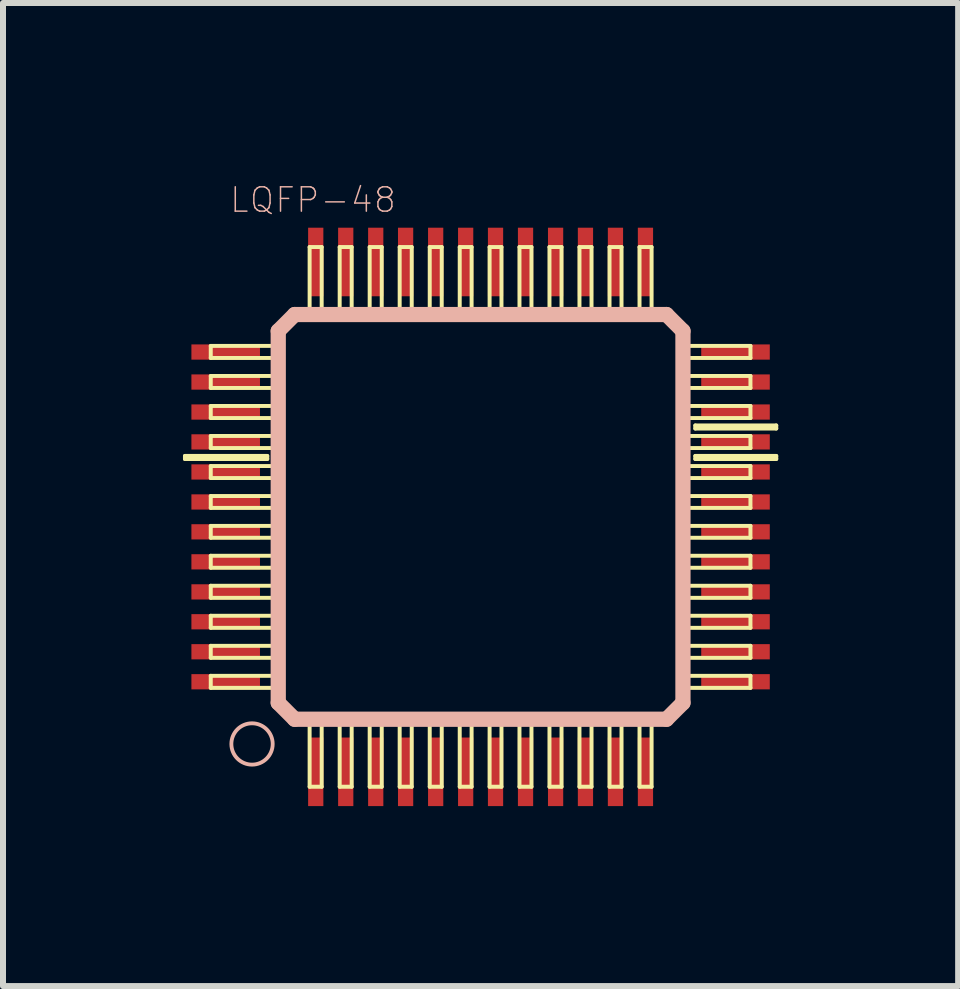
<source format=kicad_pcb>
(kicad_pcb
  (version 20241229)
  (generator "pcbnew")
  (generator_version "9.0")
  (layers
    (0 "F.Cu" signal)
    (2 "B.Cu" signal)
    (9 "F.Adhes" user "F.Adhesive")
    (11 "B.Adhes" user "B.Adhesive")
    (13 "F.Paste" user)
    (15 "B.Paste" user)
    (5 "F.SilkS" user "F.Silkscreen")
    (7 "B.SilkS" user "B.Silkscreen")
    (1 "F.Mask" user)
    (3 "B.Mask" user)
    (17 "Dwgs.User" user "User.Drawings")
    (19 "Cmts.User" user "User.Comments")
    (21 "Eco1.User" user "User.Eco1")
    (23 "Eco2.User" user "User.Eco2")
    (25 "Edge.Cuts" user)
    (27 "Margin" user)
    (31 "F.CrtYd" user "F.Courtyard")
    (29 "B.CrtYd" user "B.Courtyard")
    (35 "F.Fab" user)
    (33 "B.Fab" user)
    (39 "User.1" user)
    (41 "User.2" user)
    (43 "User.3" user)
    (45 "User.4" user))
  (footprint "LQFP-48"
    (layer "F.Cu")
    (at 4.961 5.566)
    (property "Reference" "LQFP-48" (at -2.794 -5.283 0) (layer "B.SilkS") (effects (font (size 0.406 0.406) (thickness 0.025))))
    (attr smd)
    (fp_line (start -4.928 -1.016) (end -3.556 -1.016) (stroke (width 0.066) (type solid)) (layer "F.SilkS"))
    (fp_line (start -4.928 -0.965) (end -4.928 -1.016) (stroke (width 0.066) (type solid)) (layer "F.SilkS"))
    (fp_line (start -4.928 -0.965) (end -3.556 -0.965) (stroke (width 0.066) (type solid)) (layer "F.SilkS"))
    (fp_line (start -4.498 -2.85) (end -3.449 -2.85) (stroke (width 0.066) (type solid)) (layer "F.SilkS"))
    (fp_line (start -4.498 -2.649) (end -4.498 -2.85) (stroke (width 0.066) (type solid)) (layer "F.SilkS"))
    (fp_line (start -4.498 -2.649) (end -3.449 -2.649) (stroke (width 0.066) (type solid)) (layer "F.SilkS"))
    (fp_line (start -4.498 -2.349) (end -3.449 -2.349) (stroke (width 0.066) (type solid)) (layer "F.SilkS"))
    (fp_line (start -4.498 -2.149) (end -4.498 -2.349) (stroke (width 0.066) (type solid)) (layer "F.SilkS"))
    (fp_line (start -4.498 -2.149) (end -3.449 -2.149) (stroke (width 0.066) (type solid)) (layer "F.SilkS"))
    (fp_line (start -4.498 -1.849) (end -3.449 -1.849) (stroke (width 0.066) (type solid)) (layer "F.SilkS"))
    (fp_line (start -4.498 -1.648) (end -4.498 -1.849) (stroke (width 0.066) (type solid)) (layer "F.SilkS"))
    (fp_line (start -4.498 -1.648) (end -3.449 -1.648) (stroke (width 0.066) (type solid)) (layer "F.SilkS"))
    (fp_line (start -4.498 -1.349) (end -3.449 -1.349) (stroke (width 0.066) (type solid)) (layer "F.SilkS"))
    (fp_line (start -4.498 -1.148) (end -4.498 -1.349) (stroke (width 0.066) (type solid)) (layer "F.SilkS"))
    (fp_line (start -4.498 -1.148) (end -3.449 -1.148) (stroke (width 0.066) (type solid)) (layer "F.SilkS"))
    (fp_line (start -4.498 -0.848) (end -3.449 -0.848) (stroke (width 0.066) (type solid)) (layer "F.SilkS"))
    (fp_line (start -4.498 -0.648) (end -4.498 -0.848) (stroke (width 0.066) (type solid)) (layer "F.SilkS"))
    (fp_line (start -4.498 -0.648) (end -3.449 -0.648) (stroke (width 0.066) (type solid)) (layer "F.SilkS"))
    (fp_line (start -4.498 -0.348) (end -3.449 -0.348) (stroke (width 0.066) (type solid)) (layer "F.SilkS"))
    (fp_line (start -4.498 -0.15) (end -4.498 -0.348) (stroke (width 0.066) (type solid)) (layer "F.SilkS"))
    (fp_line (start -4.498 -0.15) (end -3.449 -0.15) (stroke (width 0.066) (type solid)) (layer "F.SilkS"))
    (fp_line (start -4.498 0.15) (end -3.449 0.15) (stroke (width 0.066) (type solid)) (layer "F.SilkS"))
    (fp_line (start -4.498 0.348) (end -4.498 0.15) (stroke (width 0.066) (type solid)) (layer "F.SilkS"))
    (fp_line (start -4.498 0.348) (end -3.449 0.348) (stroke (width 0.066) (type solid)) (layer "F.SilkS"))
    (fp_line (start -4.498 0.648) (end -3.449 0.648) (stroke (width 0.066) (type solid)) (layer "F.SilkS"))
    (fp_line (start -4.498 0.848) (end -4.498 0.648) (stroke (width 0.066) (type solid)) (layer "F.SilkS"))
    (fp_line (start -4.498 0.848) (end -3.449 0.848) (stroke (width 0.066) (type solid)) (layer "F.SilkS"))
    (fp_line (start -4.498 1.148) (end -3.449 1.148) (stroke (width 0.066) (type solid)) (layer "F.SilkS"))
    (fp_line (start -4.498 1.349) (end -4.498 1.148) (stroke (width 0.066) (type solid)) (layer "F.SilkS"))
    (fp_line (start -4.498 1.349) (end -3.449 1.349) (stroke (width 0.066) (type solid)) (layer "F.SilkS"))
    (fp_line (start -4.498 1.648) (end -3.449 1.648) (stroke (width 0.066) (type solid)) (layer "F.SilkS"))
    (fp_line (start -4.498 1.849) (end -4.498 1.648) (stroke (width 0.066) (type solid)) (layer "F.SilkS"))
    (fp_line (start -4.498 1.849) (end -3.449 1.849) (stroke (width 0.066) (type solid)) (layer "F.SilkS"))
    (fp_line (start -4.498 2.149) (end -3.449 2.149) (stroke (width 0.066) (type solid)) (layer "F.SilkS"))
    (fp_line (start -4.498 2.349) (end -4.498 2.149) (stroke (width 0.066) (type solid)) (layer "F.SilkS"))
    (fp_line (start -4.498 2.349) (end -3.449 2.349) (stroke (width 0.066) (type solid)) (layer "F.SilkS"))
    (fp_line (start -4.498 2.649) (end -3.449 2.649) (stroke (width 0.066) (type solid)) (layer "F.SilkS"))
    (fp_line (start -4.498 2.85) (end -4.498 2.649) (stroke (width 0.066) (type solid)) (layer "F.SilkS"))
    (fp_line (start -4.498 2.85) (end -3.449 2.85) (stroke (width 0.066) (type solid)) (layer "F.SilkS"))
    (fp_line (start -3.556 -0.965) (end -3.556 -1.016) (stroke (width 0.066) (type solid)) (layer "F.SilkS"))
    (fp_line (start -3.449 -2.649) (end -3.449 -2.85) (stroke (width 0.066) (type solid)) (layer "F.SilkS"))
    (fp_line (start -3.449 -2.149) (end -3.449 -2.349) (stroke (width 0.066) (type solid)) (layer "F.SilkS"))
    (fp_line (start -3.449 -1.648) (end -3.449 -1.849) (stroke (width 0.066) (type solid)) (layer "F.SilkS"))
    (fp_line (start -3.449 -1.148) (end -3.449 -1.349) (stroke (width 0.066) (type solid)) (layer "F.SilkS"))
    (fp_line (start -3.449 -0.648) (end -3.449 -0.848) (stroke (width 0.066) (type solid)) (layer "F.SilkS"))
    (fp_line (start -3.449 -0.15) (end -3.449 -0.348) (stroke (width 0.066) (type solid)) (layer "F.SilkS"))
    (fp_line (start -3.449 0.348) (end -3.449 0.15) (stroke (width 0.066) (type solid)) (layer "F.SilkS"))
    (fp_line (start -3.449 0.848) (end -3.449 0.648) (stroke (width 0.066) (type solid)) (layer "F.SilkS"))
    (fp_line (start -3.449 1.349) (end -3.449 1.148) (stroke (width 0.066) (type solid)) (layer "F.SilkS"))
    (fp_line (start -3.449 1.849) (end -3.449 1.648) (stroke (width 0.066) (type solid)) (layer "F.SilkS"))
    (fp_line (start -3.449 2.349) (end -3.449 2.149) (stroke (width 0.066) (type solid)) (layer "F.SilkS"))
    (fp_line (start -3.449 2.85) (end -3.449 2.649) (stroke (width 0.066) (type solid)) (layer "F.SilkS"))
    (fp_line (start -2.85 -4.498) (end -2.649 -4.498) (stroke (width 0.066) (type solid)) (layer "F.SilkS"))
    (fp_line (start -2.85 -3.449) (end -2.85 -4.498) (stroke (width 0.066) (type solid)) (layer "F.SilkS"))
    (fp_line (start -2.85 -3.449) (end -2.649 -3.449) (stroke (width 0.066) (type solid)) (layer "F.SilkS"))
    (fp_line (start -2.85 3.449) (end -2.649 3.449) (stroke (width 0.066) (type solid)) (layer "F.SilkS"))
    (fp_line (start -2.85 4.498) (end -2.85 3.449) (stroke (width 0.066) (type solid)) (layer "F.SilkS"))
    (fp_line (start -2.85 4.498) (end -2.649 4.498) (stroke (width 0.066) (type solid)) (layer "F.SilkS"))
    (fp_line (start -2.649 -3.449) (end -2.649 -4.498) (stroke (width 0.066) (type solid)) (layer "F.SilkS"))
    (fp_line (start -2.649 4.498) (end -2.649 3.449) (stroke (width 0.066) (type solid)) (layer "F.SilkS"))
    (fp_line (start -2.349 -4.498) (end -2.149 -4.498) (stroke (width 0.066) (type solid)) (layer "F.SilkS"))
    (fp_line (start -2.349 -3.449) (end -2.349 -4.498) (stroke (width 0.066) (type solid)) (layer "F.SilkS"))
    (fp_line (start -2.349 -3.449) (end -2.149 -3.449) (stroke (width 0.066) (type solid)) (layer "F.SilkS"))
    (fp_line (start -2.349 3.449) (end -2.149 3.449) (stroke (width 0.066) (type solid)) (layer "F.SilkS"))
    (fp_line (start -2.349 4.498) (end -2.349 3.449) (stroke (width 0.066) (type solid)) (layer "F.SilkS"))
    (fp_line (start -2.349 4.498) (end -2.149 4.498) (stroke (width 0.066) (type solid)) (layer "F.SilkS"))
    (fp_line (start -2.149 -3.449) (end -2.149 -4.498) (stroke (width 0.066) (type solid)) (layer "F.SilkS"))
    (fp_line (start -2.149 4.498) (end -2.149 3.449) (stroke (width 0.066) (type solid)) (layer "F.SilkS"))
    (fp_line (start -1.849 -4.498) (end -1.648 -4.498) (stroke (width 0.066) (type solid)) (layer "F.SilkS"))
    (fp_line (start -1.849 -3.449) (end -1.849 -4.498) (stroke (width 0.066) (type solid)) (layer "F.SilkS"))
    (fp_line (start -1.849 -3.449) (end -1.648 -3.449) (stroke (width 0.066) (type solid)) (layer "F.SilkS"))
    (fp_line (start -1.849 3.449) (end -1.648 3.449) (stroke (width 0.066) (type solid)) (layer "F.SilkS"))
    (fp_line (start -1.849 4.498) (end -1.849 3.449) (stroke (width 0.066) (type solid)) (layer "F.SilkS"))
    (fp_line (start -1.849 4.498) (end -1.648 4.498) (stroke (width 0.066) (type solid)) (layer "F.SilkS"))
    (fp_line (start -1.648 -3.449) (end -1.648 -4.498) (stroke (width 0.066) (type solid)) (layer "F.SilkS"))
    (fp_line (start -1.648 4.498) (end -1.648 3.449) (stroke (width 0.066) (type solid)) (layer "F.SilkS"))
    (fp_line (start -1.349 -4.498) (end -1.148 -4.498) (stroke (width 0.066) (type solid)) (layer "F.SilkS"))
    (fp_line (start -1.349 -3.449) (end -1.349 -4.498) (stroke (width 0.066) (type solid)) (layer "F.SilkS"))
    (fp_line (start -1.349 -3.449) (end -1.148 -3.449) (stroke (width 0.066) (type solid)) (layer "F.SilkS"))
    (fp_line (start -1.349 3.449) (end -1.148 3.449) (stroke (width 0.066) (type solid)) (layer "F.SilkS"))
    (fp_line (start -1.349 4.498) (end -1.349 3.449) (stroke (width 0.066) (type solid)) (layer "F.SilkS"))
    (fp_line (start -1.349 4.498) (end -1.148 4.498) (stroke (width 0.066) (type solid)) (layer "F.SilkS"))
    (fp_line (start -1.148 -3.449) (end -1.148 -4.498) (stroke (width 0.066) (type solid)) (layer "F.SilkS"))
    (fp_line (start -1.148 4.498) (end -1.148 3.449) (stroke (width 0.066) (type solid)) (layer "F.SilkS"))
    (fp_line (start -0.848 -4.498) (end -0.648 -4.498) (stroke (width 0.066) (type solid)) (layer "F.SilkS"))
    (fp_line (start -0.848 -3.449) (end -0.848 -4.498) (stroke (width 0.066) (type solid)) (layer "F.SilkS"))
    (fp_line (start -0.848 -3.449) (end -0.648 -3.449) (stroke (width 0.066) (type solid)) (layer "F.SilkS"))
    (fp_line (start -0.848 3.449) (end -0.648 3.449) (stroke (width 0.066) (type solid)) (layer "F.SilkS"))
    (fp_line (start -0.848 4.498) (end -0.848 3.449) (stroke (width 0.066) (type solid)) (layer "F.SilkS"))
    (fp_line (start -0.848 4.498) (end -0.648 4.498) (stroke (width 0.066) (type solid)) (layer "F.SilkS"))
    (fp_line (start -0.648 -3.449) (end -0.648 -4.498) (stroke (width 0.066) (type solid)) (layer "F.SilkS"))
    (fp_line (start -0.648 4.498) (end -0.648 3.449) (stroke (width 0.066) (type solid)) (layer "F.SilkS"))
    (fp_line (start -0.348 -4.498) (end -0.15 -4.498) (stroke (width 0.066) (type solid)) (layer "F.SilkS"))
    (fp_line (start -0.348 -3.449) (end -0.348 -4.498) (stroke (width 0.066) (type solid)) (layer "F.SilkS"))
    (fp_line (start -0.348 -3.449) (end -0.15 -3.449) (stroke (width 0.066) (type solid)) (layer "F.SilkS"))
    (fp_line (start -0.348 3.449) (end -0.15 3.449) (stroke (width 0.066) (type solid)) (layer "F.SilkS"))
    (fp_line (start -0.348 4.498) (end -0.348 3.449) (stroke (width 0.066) (type solid)) (layer "F.SilkS"))
    (fp_line (start -0.348 4.498) (end -0.15 4.498) (stroke (width 0.066) (type solid)) (layer "F.SilkS"))
    (fp_line (start -0.15 -3.449) (end -0.15 -4.498) (stroke (width 0.066) (type solid)) (layer "F.SilkS"))
    (fp_line (start -0.15 4.498) (end -0.15 3.449) (stroke (width 0.066) (type solid)) (layer "F.SilkS"))
    (fp_line (start 0.15 -4.498) (end 0.348 -4.498) (stroke (width 0.066) (type solid)) (layer "F.SilkS"))
    (fp_line (start 0.15 -3.449) (end 0.15 -4.498) (stroke (width 0.066) (type solid)) (layer "F.SilkS"))
    (fp_line (start 0.15 -3.449) (end 0.348 -3.449) (stroke (width 0.066) (type solid)) (layer "F.SilkS"))
    (fp_line (start 0.15 3.449) (end 0.348 3.449) (stroke (width 0.066) (type solid)) (layer "F.SilkS"))
    (fp_line (start 0.15 4.498) (end 0.15 3.449) (stroke (width 0.066) (type solid)) (layer "F.SilkS"))
    (fp_line (start 0.15 4.498) (end 0.348 4.498) (stroke (width 0.066) (type solid)) (layer "F.SilkS"))
    (fp_line (start 0.348 -3.449) (end 0.348 -4.498) (stroke (width 0.066) (type solid)) (layer "F.SilkS"))
    (fp_line (start 0.348 4.498) (end 0.348 3.449) (stroke (width 0.066) (type solid)) (layer "F.SilkS"))
    (fp_line (start 0.648 -4.498) (end 0.848 -4.498) (stroke (width 0.066) (type solid)) (layer "F.SilkS"))
    (fp_line (start 0.648 -3.449) (end 0.648 -4.498) (stroke (width 0.066) (type solid)) (layer "F.SilkS"))
    (fp_line (start 0.648 -3.449) (end 0.848 -3.449) (stroke (width 0.066) (type solid)) (layer "F.SilkS"))
    (fp_line (start 0.648 3.449) (end 0.848 3.449) (stroke (width 0.066) (type solid)) (layer "F.SilkS"))
    (fp_line (start 0.648 4.498) (end 0.648 3.449) (stroke (width 0.066) (type solid)) (layer "F.SilkS"))
    (fp_line (start 0.648 4.498) (end 0.848 4.498) (stroke (width 0.066) (type solid)) (layer "F.SilkS"))
    (fp_line (start 0.848 -3.449) (end 0.848 -4.498) (stroke (width 0.066) (type solid)) (layer "F.SilkS"))
    (fp_line (start 0.848 4.498) (end 0.848 3.449) (stroke (width 0.066) (type solid)) (layer "F.SilkS"))
    (fp_line (start 1.148 -4.498) (end 1.349 -4.498) (stroke (width 0.066) (type solid)) (layer "F.SilkS"))
    (fp_line (start 1.148 -3.449) (end 1.148 -4.498) (stroke (width 0.066) (type solid)) (layer "F.SilkS"))
    (fp_line (start 1.148 -3.449) (end 1.349 -3.449) (stroke (width 0.066) (type solid)) (layer "F.SilkS"))
    (fp_line (start 1.148 3.449) (end 1.349 3.449) (stroke (width 0.066) (type solid)) (layer "F.SilkS"))
    (fp_line (start 1.148 4.498) (end 1.148 3.449) (stroke (width 0.066) (type solid)) (layer "F.SilkS"))
    (fp_line (start 1.148 4.498) (end 1.349 4.498) (stroke (width 0.066) (type solid)) (layer "F.SilkS"))
    (fp_line (start 1.349 -3.449) (end 1.349 -4.498) (stroke (width 0.066) (type solid)) (layer "F.SilkS"))
    (fp_line (start 1.349 4.498) (end 1.349 3.449) (stroke (width 0.066) (type solid)) (layer "F.SilkS"))
    (fp_line (start 1.648 -4.498) (end 1.849 -4.498) (stroke (width 0.066) (type solid)) (layer "F.SilkS"))
    (fp_line (start 1.648 -3.449) (end 1.648 -4.498) (stroke (width 0.066) (type solid)) (layer "F.SilkS"))
    (fp_line (start 1.648 -3.449) (end 1.849 -3.449) (stroke (width 0.066) (type solid)) (layer "F.SilkS"))
    (fp_line (start 1.648 3.449) (end 1.849 3.449) (stroke (width 0.066) (type solid)) (layer "F.SilkS"))
    (fp_line (start 1.648 4.498) (end 1.648 3.449) (stroke (width 0.066) (type solid)) (layer "F.SilkS"))
    (fp_line (start 1.648 4.498) (end 1.849 4.498) (stroke (width 0.066) (type solid)) (layer "F.SilkS"))
    (fp_line (start 1.849 -3.449) (end 1.849 -4.498) (stroke (width 0.066) (type solid)) (layer "F.SilkS"))
    (fp_line (start 1.849 4.498) (end 1.849 3.449) (stroke (width 0.066) (type solid)) (layer "F.SilkS"))
    (fp_line (start 2.149 -4.498) (end 2.349 -4.498) (stroke (width 0.066) (type solid)) (layer "F.SilkS"))
    (fp_line (start 2.149 -3.449) (end 2.149 -4.498) (stroke (width 0.066) (type solid)) (layer "F.SilkS"))
    (fp_line (start 2.149 -3.449) (end 2.349 -3.449) (stroke (width 0.066) (type solid)) (layer "F.SilkS"))
    (fp_line (start 2.149 3.449) (end 2.349 3.449) (stroke (width 0.066) (type solid)) (layer "F.SilkS"))
    (fp_line (start 2.149 4.498) (end 2.149 3.449) (stroke (width 0.066) (type solid)) (layer "F.SilkS"))
    (fp_line (start 2.149 4.498) (end 2.349 4.498) (stroke (width 0.066) (type solid)) (layer "F.SilkS"))
    (fp_line (start 2.349 -3.449) (end 2.349 -4.498) (stroke (width 0.066) (type solid)) (layer "F.SilkS"))
    (fp_line (start 2.349 4.498) (end 2.349 3.449) (stroke (width 0.066) (type solid)) (layer "F.SilkS"))
    (fp_line (start 2.649 -4.498) (end 2.85 -4.498) (stroke (width 0.066) (type solid)) (layer "F.SilkS"))
    (fp_line (start 2.649 -3.449) (end 2.649 -4.498) (stroke (width 0.066) (type solid)) (layer "F.SilkS"))
    (fp_line (start 2.649 -3.449) (end 2.85 -3.449) (stroke (width 0.066) (type solid)) (layer "F.SilkS"))
    (fp_line (start 2.649 3.449) (end 2.85 3.449) (stroke (width 0.066) (type solid)) (layer "F.SilkS"))
    (fp_line (start 2.649 4.498) (end 2.649 3.449) (stroke (width 0.066) (type solid)) (layer "F.SilkS"))
    (fp_line (start 2.649 4.498) (end 2.85 4.498) (stroke (width 0.066) (type solid)) (layer "F.SilkS"))
    (fp_line (start 2.85 -3.449) (end 2.85 -4.498) (stroke (width 0.066) (type solid)) (layer "F.SilkS"))
    (fp_line (start 2.85 4.498) (end 2.85 3.449) (stroke (width 0.066) (type solid)) (layer "F.SilkS"))
    (fp_line (start 3.449 -2.85) (end 4.498 -2.85) (stroke (width 0.066) (type solid)) (layer "F.SilkS"))
    (fp_line (start 3.449 -2.649) (end 3.449 -2.85) (stroke (width 0.066) (type solid)) (layer "F.SilkS"))
    (fp_line (start 3.449 -2.649) (end 4.498 -2.649) (stroke (width 0.066) (type solid)) (layer "F.SilkS"))
    (fp_line (start 3.449 -2.349) (end 4.498 -2.349) (stroke (width 0.066) (type solid)) (layer "F.SilkS"))
    (fp_line (start 3.449 -2.149) (end 3.449 -2.349) (stroke (width 0.066) (type solid)) (layer "F.SilkS"))
    (fp_line (start 3.449 -2.149) (end 4.498 -2.149) (stroke (width 0.066) (type solid)) (layer "F.SilkS"))
    (fp_line (start 3.449 -1.849) (end 4.498 -1.849) (stroke (width 0.066) (type solid)) (layer "F.SilkS"))
    (fp_line (start 3.449 -1.648) (end 3.449 -1.849) (stroke (width 0.066) (type solid)) (layer "F.SilkS"))
    (fp_line (start 3.449 -1.648) (end 4.498 -1.648) (stroke (width 0.066) (type solid)) (layer "F.SilkS"))
    (fp_line (start 3.449 -1.349) (end 4.498 -1.349) (stroke (width 0.066) (type solid)) (layer "F.SilkS"))
    (fp_line (start 3.449 -1.148) (end 3.449 -1.349) (stroke (width 0.066) (type solid)) (layer "F.SilkS"))
    (fp_line (start 3.449 -1.148) (end 4.498 -1.148) (stroke (width 0.066) (type solid)) (layer "F.SilkS"))
    (fp_line (start 3.449 -0.848) (end 4.498 -0.848) (stroke (width 0.066) (type solid)) (layer "F.SilkS"))
    (fp_line (start 3.449 -0.648) (end 3.449 -0.848) (stroke (width 0.066) (type solid)) (layer "F.SilkS"))
    (fp_line (start 3.449 -0.648) (end 4.498 -0.648) (stroke (width 0.066) (type solid)) (layer "F.SilkS"))
    (fp_line (start 3.449 -0.348) (end 4.498 -0.348) (stroke (width 0.066) (type solid)) (layer "F.SilkS"))
    (fp_line (start 3.449 -0.15) (end 3.449 -0.348) (stroke (width 0.066) (type solid)) (layer "F.SilkS"))
    (fp_line (start 3.449 -0.15) (end 4.498 -0.15) (stroke (width 0.066) (type solid)) (layer "F.SilkS"))
    (fp_line (start 3.449 0.15) (end 4.498 0.15) (stroke (width 0.066) (type solid)) (layer "F.SilkS"))
    (fp_line (start 3.449 0.348) (end 3.449 0.15) (stroke (width 0.066) (type solid)) (layer "F.SilkS"))
    (fp_line (start 3.449 0.348) (end 4.498 0.348) (stroke (width 0.066) (type solid)) (layer "F.SilkS"))
    (fp_line (start 3.449 0.648) (end 4.498 0.648) (stroke (width 0.066) (type solid)) (layer "F.SilkS"))
    (fp_line (start 3.449 0.848) (end 3.449 0.648) (stroke (width 0.066) (type solid)) (layer "F.SilkS"))
    (fp_line (start 3.449 0.848) (end 4.498 0.848) (stroke (width 0.066) (type solid)) (layer "F.SilkS"))
    (fp_line (start 3.449 1.148) (end 4.498 1.148) (stroke (width 0.066) (type solid)) (layer "F.SilkS"))
    (fp_line (start 3.449 1.349) (end 3.449 1.148) (stroke (width 0.066) (type solid)) (layer "F.SilkS"))
    (fp_line (start 3.449 1.349) (end 4.498 1.349) (stroke (width 0.066) (type solid)) (layer "F.SilkS"))
    (fp_line (start 3.449 1.648) (end 4.498 1.648) (stroke (width 0.066) (type solid)) (layer "F.SilkS"))
    (fp_line (start 3.449 1.849) (end 3.449 1.648) (stroke (width 0.066) (type solid)) (layer "F.SilkS"))
    (fp_line (start 3.449 1.849) (end 4.498 1.849) (stroke (width 0.066) (type solid)) (layer "F.SilkS"))
    (fp_line (start 3.449 2.149) (end 4.498 2.149) (stroke (width 0.066) (type solid)) (layer "F.SilkS"))
    (fp_line (start 3.449 2.349) (end 3.449 2.149) (stroke (width 0.066) (type solid)) (layer "F.SilkS"))
    (fp_line (start 3.449 2.349) (end 4.498 2.349) (stroke (width 0.066) (type solid)) (layer "F.SilkS"))
    (fp_line (start 3.449 2.649) (end 4.498 2.649) (stroke (width 0.066) (type solid)) (layer "F.SilkS"))
    (fp_line (start 3.449 2.85) (end 3.449 2.649) (stroke (width 0.066) (type solid)) (layer "F.SilkS"))
    (fp_line (start 3.449 2.85) (end 4.498 2.85) (stroke (width 0.066) (type solid)) (layer "F.SilkS"))
    (fp_line (start 3.579 -1.524) (end 4.928 -1.524) (stroke (width 0.066) (type solid)) (layer "F.SilkS"))
    (fp_line (start 3.579 -1.473) (end 3.579 -1.524) (stroke (width 0.066) (type solid)) (layer "F.SilkS"))
    (fp_line (start 3.579 -1.473) (end 4.928 -1.473) (stroke (width 0.066) (type solid)) (layer "F.SilkS"))
    (fp_line (start 3.579 -1.016) (end 4.928 -1.016) (stroke (width 0.066) (type solid)) (layer "F.SilkS"))
    (fp_line (start 3.579 -0.965) (end 3.579 -1.016) (stroke (width 0.066) (type solid)) (layer "F.SilkS"))
    (fp_line (start 3.579 -0.965) (end 4.928 -0.965) (stroke (width 0.066) (type solid)) (layer "F.SilkS"))
    (fp_line (start 4.498 -2.649) (end 4.498 -2.85) (stroke (width 0.066) (type solid)) (layer "F.SilkS"))
    (fp_line (start 4.498 -2.149) (end 4.498 -2.349) (stroke (width 0.066) (type solid)) (layer "F.SilkS"))
    (fp_line (start 4.498 -1.648) (end 4.498 -1.849) (stroke (width 0.066) (type solid)) (layer "F.SilkS"))
    (fp_line (start 4.498 -1.148) (end 4.498 -1.349) (stroke (width 0.066) (type solid)) (layer "F.SilkS"))
    (fp_line (start 4.498 -0.648) (end 4.498 -0.848) (stroke (width 0.066) (type solid)) (layer "F.SilkS"))
    (fp_line (start 4.498 -0.15) (end 4.498 -0.348) (stroke (width 0.066) (type solid)) (layer "F.SilkS"))
    (fp_line (start 4.498 0.348) (end 4.498 0.15) (stroke (width 0.066) (type solid)) (layer "F.SilkS"))
    (fp_line (start 4.498 0.848) (end 4.498 0.648) (stroke (width 0.066) (type solid)) (layer "F.SilkS"))
    (fp_line (start 4.498 1.349) (end 4.498 1.148) (stroke (width 0.066) (type solid)) (layer "F.SilkS"))
    (fp_line (start 4.498 1.849) (end 4.498 1.648) (stroke (width 0.066) (type solid)) (layer "F.SilkS"))
    (fp_line (start 4.498 2.349) (end 4.498 2.149) (stroke (width 0.066) (type solid)) (layer "F.SilkS"))
    (fp_line (start 4.498 2.85) (end 4.498 2.649) (stroke (width 0.066) (type solid)) (layer "F.SilkS"))
    (fp_line (start 4.928 -1.473) (end 4.928 -1.524) (stroke (width 0.066) (type solid)) (layer "F.SilkS"))
    (fp_line (start 4.928 -0.965) (end 4.928 -1.016) (stroke (width 0.066) (type solid)) (layer "F.SilkS"))
    (fp_line (start -3.373 -3.099) (end -3.099 -3.373) (stroke (width 0.254) (type solid)) (layer "B.SilkS"))
    (fp_line (start -3.373 3.099) (end -3.373 -3.099) (stroke (width 0.254) (type solid)) (layer "B.SilkS"))
    (fp_line (start -3.099 -3.373) (end 3.099 -3.373) (stroke (width 0.254) (type solid)) (layer "B.SilkS"))
    (fp_line (start -3.099 3.373) (end -3.373 3.099) (stroke (width 0.254) (type solid)) (layer "B.SilkS"))
    (fp_line (start 3.099 -3.373) (end 3.373 -3.099) (stroke (width 0.254) (type solid)) (layer "B.SilkS"))
    (fp_line (start 3.099 3.373) (end -3.099 3.373) (stroke (width 0.254) (type solid)) (layer "B.SilkS"))
    (fp_line (start 3.373 -3.099) (end 3.373 3.099) (stroke (width 0.254) (type solid)) (layer "B.SilkS"))
    (fp_line (start 3.373 3.099) (end 3.099 3.373) (stroke (width 0.254) (type solid)) (layer "B.SilkS"))
    (fp_circle (center -3.81 3.785) (end -4.054 4.028) (stroke (width 0.064) (type solid)) (fill no) (layer "B.SilkS"))
    (pad "1" smd rect (at -2.748 4.249) (size 0.254 1.143) (layers "F.Cu" "F.Mask" "F.Paste"))
    (pad "2" smd rect (at -2.248 4.249) (size 0.254 1.143) (layers "F.Cu" "F.Mask" "F.Paste"))
    (pad "3" smd rect (at -1.748 4.249) (size 0.254 1.143) (layers "F.Cu" "F.Mask" "F.Paste"))
    (pad "4" smd rect (at -1.25 4.249) (size 0.254 1.143) (layers "F.Cu" "F.Mask" "F.Paste"))
    (pad "5" smd rect (at -0.749 4.249) (size 0.254 1.143) (layers "F.Cu" "F.Mask" "F.Paste"))
    (pad "6" smd rect (at -0.249 4.249) (size 0.254 1.143) (layers "F.Cu" "F.Mask" "F.Paste"))
    (pad "7" smd rect (at 0.249 4.249) (size 0.254 1.143) (layers "F.Cu" "F.Mask" "F.Paste"))
    (pad "8" smd rect (at 0.749 4.249) (size 0.254 1.143) (layers "F.Cu" "F.Mask" "F.Paste"))
    (pad "9" smd rect (at 1.25 4.249) (size 0.254 1.143) (layers "F.Cu" "F.Mask" "F.Paste"))
    (pad "10" smd rect (at 1.748 4.249) (size 0.254 1.143) (layers "F.Cu" "F.Mask" "F.Paste"))
    (pad "11" smd rect (at 2.248 4.249) (size 0.254 1.143) (layers "F.Cu" "F.Mask" "F.Paste"))
    (pad "12" smd rect (at 2.748 4.249) (size 0.254 1.143) (layers "F.Cu" "F.Mask" "F.Paste"))
    (pad "13" smd rect (at 4.249 2.748) (size 1.143 0.254) (layers "F.Cu" "F.Mask" "F.Paste"))
    (pad "14" smd rect (at 4.249 2.248) (size 1.143 0.254) (layers "F.Cu" "F.Mask" "F.Paste"))
    (pad "15" smd rect (at 4.249 1.748) (size 1.143 0.254) (layers "F.Cu" "F.Mask" "F.Paste"))
    (pad "16" smd rect (at 4.249 1.25) (size 1.143 0.254) (layers "F.Cu" "F.Mask" "F.Paste"))
    (pad "17" smd rect (at 4.249 0.749) (size 1.143 0.254) (layers "F.Cu" "F.Mask" "F.Paste"))
    (pad "18" smd rect (at 4.249 0.249) (size 1.143 0.254) (layers "F.Cu" "F.Mask" "F.Paste"))
    (pad "19" smd rect (at 4.249 -0.249) (size 1.143 0.254) (layers "F.Cu" "F.Mask" "F.Paste"))
    (pad "20" smd rect (at 4.249 -0.749) (size 1.143 0.254) (layers "F.Cu" "F.Mask" "F.Paste"))
    (pad "21" smd rect (at 4.249 -1.25) (size 1.143 0.254) (layers "F.Cu" "F.Mask" "F.Paste"))
    (pad "22" smd rect (at 4.249 -1.748) (size 1.143 0.254) (layers "F.Cu" "F.Mask" "F.Paste"))
    (pad "23" smd rect (at 4.249 -2.248) (size 1.143 0.254) (layers "F.Cu" "F.Mask" "F.Paste"))
    (pad "24" smd rect (at 4.249 -2.748) (size 1.143 0.254) (layers "F.Cu" "F.Mask" "F.Paste"))
    (pad "25" smd rect (at 2.748 -4.249) (size 0.254 1.143) (layers "F.Cu" "F.Mask" "F.Paste"))
    (pad "26" smd rect (at 2.248 -4.249) (size 0.254 1.143) (layers "F.Cu" "F.Mask" "F.Paste"))
    (pad "27" smd rect (at 1.748 -4.249) (size 0.254 1.143) (layers "F.Cu" "F.Mask" "F.Paste"))
    (pad "28" smd rect (at 1.25 -4.249) (size 0.254 1.143) (layers "F.Cu" "F.Mask" "F.Paste"))
    (pad "29" smd rect (at 0.749 -4.249) (size 0.254 1.143) (layers "F.Cu" "F.Mask" "F.Paste"))
    (pad "30" smd rect (at 0.249 -4.249) (size 0.254 1.143) (layers "F.Cu" "F.Mask" "F.Paste"))
    (pad "31" smd rect (at -0.249 -4.249) (size 0.254 1.143) (layers "F.Cu" "F.Mask" "F.Paste"))
    (pad "32" smd rect (at -0.749 -4.249) (size 0.254 1.143) (layers "F.Cu" "F.Mask" "F.Paste"))
    (pad "33" smd rect (at -1.25 -4.249) (size 0.254 1.143) (layers "F.Cu" "F.Mask" "F.Paste"))
    (pad "34" smd rect (at -1.748 -4.249) (size 0.254 1.143) (layers "F.Cu" "F.Mask" "F.Paste"))
    (pad "35" smd rect (at -2.248 -4.249) (size 0.254 1.143) (layers "F.Cu" "F.Mask" "F.Paste"))
    (pad "36" smd rect (at -2.748 -4.249) (size 0.254 1.143) (layers "F.Cu" "F.Mask" "F.Paste"))
    (pad "37" smd rect (at -4.249 -2.748) (size 1.143 0.254) (layers "F.Cu" "F.Mask" "F.Paste"))
    (pad "38" smd rect (at -4.249 -2.248) (size 1.143 0.254) (layers "F.Cu" "F.Mask" "F.Paste"))
    (pad "39" smd rect (at -4.249 -1.748) (size 1.143 0.254) (layers "F.Cu" "F.Mask" "F.Paste"))
    (pad "40" smd rect (at -4.249 -1.25) (size 1.143 0.254) (layers "F.Cu" "F.Mask" "F.Paste"))
    (pad "41" smd rect (at -4.249 -0.749) (size 1.143 0.254) (layers "F.Cu" "F.Mask" "F.Paste"))
    (pad "42" smd rect (at -4.249 -0.249) (size 1.143 0.254) (layers "F.Cu" "F.Mask" "F.Paste"))
    (pad "43" smd rect (at -4.249 0.249) (size 1.143 0.254) (layers "F.Cu" "F.Mask" "F.Paste"))
    (pad "44" smd rect (at -4.249 0.749) (size 1.143 0.254) (layers "F.Cu" "F.Mask" "F.Paste"))
    (pad "45" smd rect (at -4.249 1.25) (size 1.143 0.254) (layers "F.Cu" "F.Mask" "F.Paste"))
    (pad "46" smd rect (at -4.249 1.748) (size 1.143 0.254) (layers "F.Cu" "F.Mask" "F.Paste"))
    (pad "47" smd rect (at -4.249 2.248) (size 1.143 0.254) (layers "F.Cu" "F.Mask" "F.Paste"))
    (pad "48" smd rect (at -4.249 2.748) (size 1.143 0.254) (layers "F.Cu" "F.Mask" "F.Paste")))
  (gr_rect
    (start -3 -3)
    (end 12.921 13.386)
    (stroke (width 0.1) (type default))
    (fill no)
    (layer "Edge.Cuts")))
</source>
